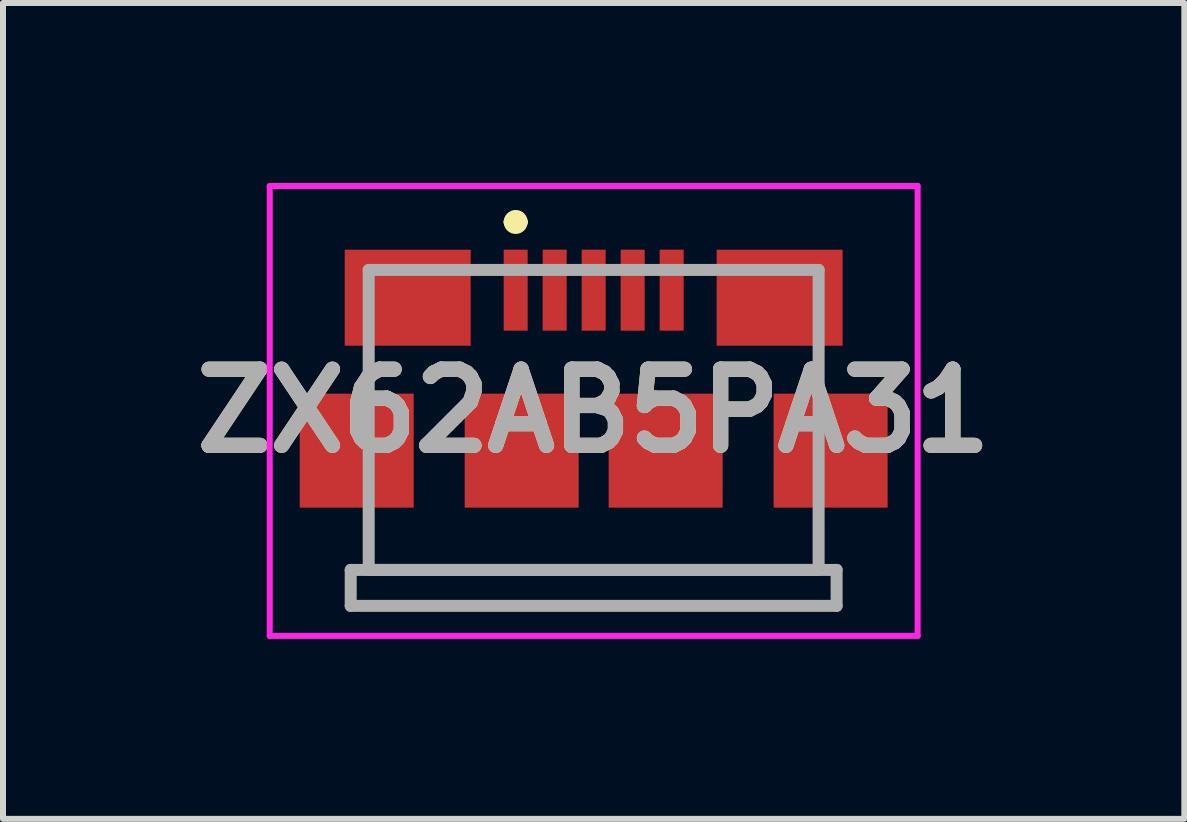
<source format=kicad_pcb>
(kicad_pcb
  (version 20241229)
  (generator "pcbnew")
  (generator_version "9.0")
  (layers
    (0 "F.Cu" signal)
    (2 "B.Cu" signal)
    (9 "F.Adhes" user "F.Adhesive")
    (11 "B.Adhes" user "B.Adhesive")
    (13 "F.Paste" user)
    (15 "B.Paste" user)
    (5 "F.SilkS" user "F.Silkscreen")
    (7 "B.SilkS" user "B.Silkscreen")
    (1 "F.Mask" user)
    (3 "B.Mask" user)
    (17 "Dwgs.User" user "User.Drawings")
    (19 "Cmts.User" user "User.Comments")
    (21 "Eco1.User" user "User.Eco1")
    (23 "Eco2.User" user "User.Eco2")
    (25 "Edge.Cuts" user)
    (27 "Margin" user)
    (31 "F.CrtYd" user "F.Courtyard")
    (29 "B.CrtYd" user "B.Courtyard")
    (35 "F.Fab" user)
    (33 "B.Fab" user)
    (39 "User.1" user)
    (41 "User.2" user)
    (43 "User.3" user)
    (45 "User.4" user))
  (footprint "ZX62AB5PA31"
    (layer "F.Cu")
    (at 6.846 3.8)
    (property "Reference" "ZX62AB5PA31" (at 0 0 0) (layer "F.SilkS") (effects (font (size 1.27 1.27) (thickness 0.254))))
    (attr smd)
    (fp_line (start -3.75 -0.75) (end -3.75 -0.55) (stroke (width 0.1) (type solid)) (layer "F.SilkS"))
    (fp_line (start -3.75 2.15) (end -3.75 2.65) (stroke (width 0.1) (type solid)) (layer "F.SilkS"))
    (fp_line (start -3.75 2.65) (end 3.75 2.65) (stroke (width 0.1) (type solid)) (layer "F.SilkS"))
    (fp_line (start -1.8 -2.35) (end -1.75 -2.35) (stroke (width 0.1) (type solid)) (layer "F.SilkS"))
    (fp_line (start -1.4 -3.15) (end -1.4 -3.15) (stroke (width 0.2) (type solid)) (layer "F.SilkS"))
    (fp_line (start -1.2 -3.15) (end -1.2 -3.15) (stroke (width 0.2) (type solid)) (layer "F.SilkS"))
    (fp_line (start 1.75 -2.35) (end 1.8 -2.35) (stroke (width 0.1) (type solid)) (layer "F.SilkS"))
    (fp_line (start 3.75 -0.75) (end 3.75 -0.55) (stroke (width 0.1) (type solid)) (layer "F.SilkS"))
    (fp_line (start 3.75 2.65) (end 3.75 2.15) (stroke (width 0.1) (type solid)) (layer "F.SilkS"))
    (fp_arc (start -1.4 -3.15) (mid -1.3 -3.25) (end -1.2 -3.15) (stroke (width 0.2) (type solid)) (layer "F.SilkS"))
    (fp_arc (start -1.2 -3.15) (mid -1.3 -3.05) (end -1.4 -3.15) (stroke (width 0.2) (type solid)) (layer "F.SilkS"))
    (fp_line (start -5.4 -3.75) (end 5.4 -3.75) (stroke (width 0.1) (type solid)) (layer "F.CrtYd"))
    (fp_line (start -5.4 3.75) (end -5.4 -3.75) (stroke (width 0.1) (type solid)) (layer "F.CrtYd"))
    (fp_line (start 5.4 -3.75) (end 5.4 3.75) (stroke (width 0.1) (type solid)) (layer "F.CrtYd"))
    (fp_line (start 5.4 3.75) (end -5.4 3.75) (stroke (width 0.1) (type solid)) (layer "F.CrtYd"))
    (fp_line (start -4.05 2.65) (end 4.05 2.65) (stroke (width 0.2) (type solid)) (layer "F.Fab"))
    (fp_line (start -4.05 3.25) (end -4.05 2.65) (stroke (width 0.2) (type solid)) (layer "F.Fab"))
    (fp_line (start -3.75 -2.35) (end 3.75 -2.35) (stroke (width 0.2) (type solid)) (layer "F.Fab"))
    (fp_line (start -3.75 2.65) (end -3.75 -2.35) (stroke (width 0.2) (type solid)) (layer "F.Fab"))
    (fp_line (start 3.75 -2.35) (end 3.75 2.65) (stroke (width 0.2) (type solid)) (layer "F.Fab"))
    (fp_line (start 3.75 2.65) (end -3.75 2.65) (stroke (width 0.2) (type solid)) (layer "F.Fab"))
    (fp_line (start 4.05 2.65) (end 4.05 3.25) (stroke (width 0.2) (type solid)) (layer "F.Fab"))
    (fp_line (start 4.05 3.25) (end -4.05 3.25) (stroke (width 0.2) (type solid)) (layer "F.Fab"))
    (fp_text user "${REFERENCE}" (at 0 0 0) (layer "F.Fab") (effects (font (size 1.27 1.27) (thickness 0.254))))
    (pad "1" smd rect (at -1.3 -2.013) (size 0.4 1.35) (layers "F.Cu" "F.Mask" "F.Paste"))
    (pad "2" smd rect (at -0.65 -2.013) (size 0.4 1.35) (layers "F.Cu" "F.Mask" "F.Paste"))
    (pad "3" smd rect (at 0 -2.013) (size 0.4 1.35) (layers "F.Cu" "F.Mask" "F.Paste"))
    (pad "4" smd rect (at 0.65 -2.013) (size 0.4 1.35) (layers "F.Cu" "F.Mask" "F.Paste"))
    (pad "5" smd rect (at 1.3 -2.013) (size 0.4 1.35) (layers "F.Cu" "F.Mask" "F.Paste"))
    (pad "MP1" smd rect (at -3.1 -1.887 90) (size 1.6 2.1) (layers "F.Cu" "F.Mask" "F.Paste"))
    (pad "MP2" smd rect (at 3.1 -1.887 90) (size 1.6 2.1) (layers "F.Cu" "F.Mask" "F.Paste"))
    (pad "MP3" smd rect (at -3.95 0.662 90) (size 1.9 1.9) (layers "F.Cu" "F.Mask" "F.Paste"))
    (pad "MP4" smd rect (at -1.2 0.662 90) (size 1.9 1.9) (layers "F.Cu" "F.Mask" "F.Paste"))
    (pad "MP5" smd rect (at 1.2 0.662 90) (size 1.9 1.9) (layers "F.Cu" "F.Mask" "F.Paste"))
    (pad "MP6" smd rect (at 3.95 0.662 90) (size 1.9 1.9) (layers "F.Cu" "F.Mask" "F.Paste")))
  (gr_rect
    (start -3 -3)
    (end 16.692 10.6)
    (stroke (width 0.1) (type default))
    (fill no)
    (layer "Edge.Cuts")))
</source>
